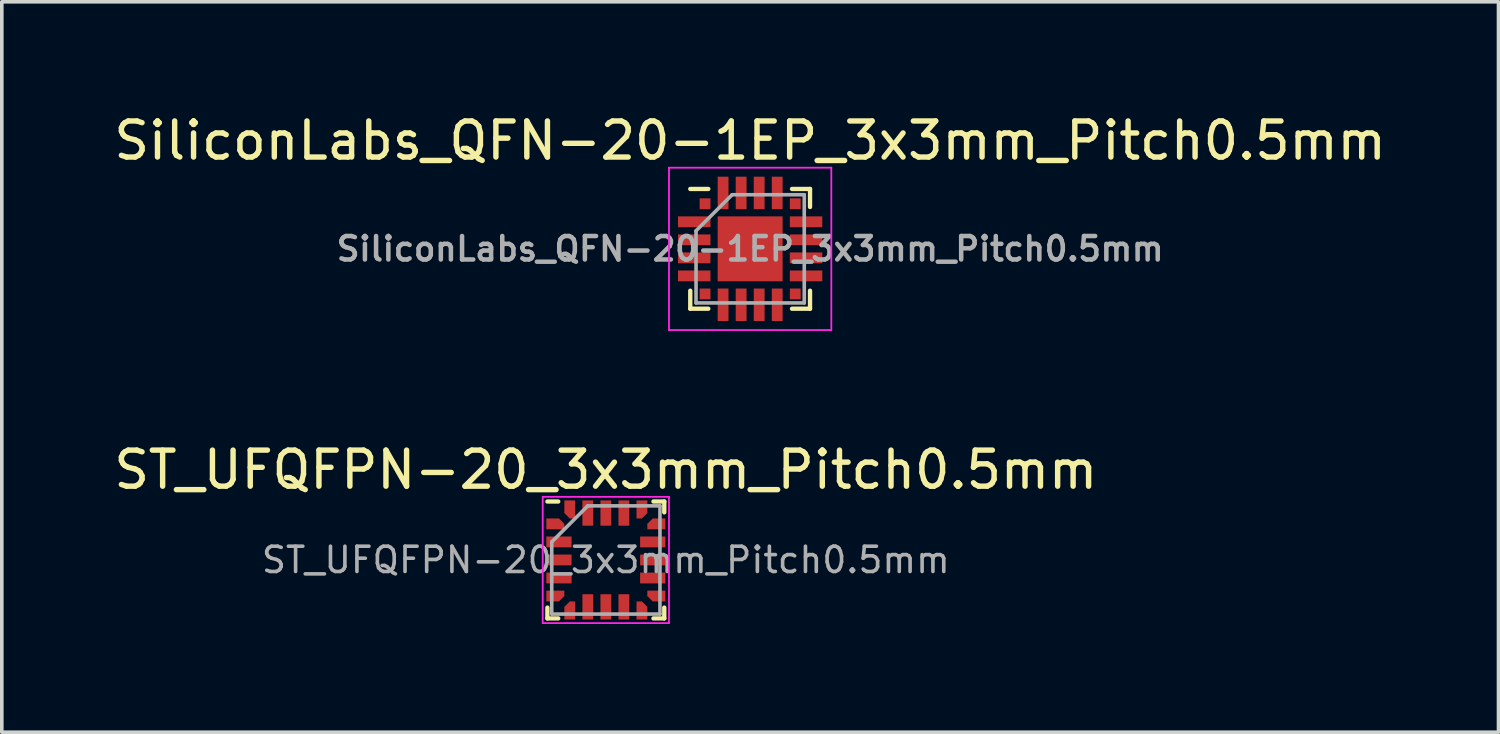
<source format=kicad_pcb>
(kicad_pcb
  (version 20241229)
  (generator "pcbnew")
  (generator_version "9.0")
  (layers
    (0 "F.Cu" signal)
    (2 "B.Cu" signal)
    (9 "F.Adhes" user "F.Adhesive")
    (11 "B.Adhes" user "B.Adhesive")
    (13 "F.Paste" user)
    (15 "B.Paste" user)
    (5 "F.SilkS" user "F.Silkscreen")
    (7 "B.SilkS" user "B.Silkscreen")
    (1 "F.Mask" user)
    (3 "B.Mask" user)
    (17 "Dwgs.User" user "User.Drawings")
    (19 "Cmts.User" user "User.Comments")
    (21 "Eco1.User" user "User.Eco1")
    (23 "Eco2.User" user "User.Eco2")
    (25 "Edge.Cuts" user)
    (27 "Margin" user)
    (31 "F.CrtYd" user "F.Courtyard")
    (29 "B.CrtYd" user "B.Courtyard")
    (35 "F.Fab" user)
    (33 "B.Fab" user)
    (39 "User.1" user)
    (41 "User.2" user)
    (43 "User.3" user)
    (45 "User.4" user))
  (footprint "SiliconLabs_QFN-20-1EP_3x3mm_Pitch0.5mm"
    (layer "F.Cu")
    (at 17.744 3.848)
    (property "Reference" "SiliconLabs_QFN-20-1EP_3x3mm_Pitch0.5mm" (at 0 -3 0) (layer "F.SilkS") (effects (font (size 1 1) (thickness 0.15))))
    (attr smd)
    (fp_line (start -1.66 -1.66) (end -1.16 -1.66) (stroke (width 0.12) (type solid)) (layer "F.SilkS"))
    (fp_line (start -1.66 1.66) (end -1.66 1.16) (stroke (width 0.12) (type solid)) (layer "F.SilkS"))
    (fp_line (start -1.16 1.66) (end -1.66 1.66) (stroke (width 0.12) (type solid)) (layer "F.SilkS"))
    (fp_line (start 1.16 -1.66) (end 1.66 -1.66) (stroke (width 0.12) (type solid)) (layer "F.SilkS"))
    (fp_line (start 1.16 1.66) (end 1.66 1.66) (stroke (width 0.12) (type solid)) (layer "F.SilkS"))
    (fp_line (start 1.66 -1.66) (end 1.66 -1.16) (stroke (width 0.12) (type solid)) (layer "F.SilkS"))
    (fp_line (start 1.66 1.66) (end 1.66 1.16) (stroke (width 0.12) (type solid)) (layer "F.SilkS"))
    (fp_line (start -2.25 -2.25) (end -2.25 2.25) (stroke (width 0.05) (type solid)) (layer "F.CrtYd"))
    (fp_line (start -2.25 2.25) (end 2.25 2.25) (stroke (width 0.05) (type solid)) (layer "F.CrtYd"))
    (fp_line (start 2.25 -2.25) (end -2.25 -2.25) (stroke (width 0.05) (type solid)) (layer "F.CrtYd"))
    (fp_line (start 2.25 2.25) (end 2.25 -2.25) (stroke (width 0.05) (type solid)) (layer "F.CrtYd"))
    (fp_line (start -1.5 -0.5) (end -0.5 -1.5) (stroke (width 0.1) (type solid)) (layer "F.Fab"))
    (fp_line (start -1.5 1.5) (end -1.5 -0.5) (stroke (width 0.1) (type solid)) (layer "F.Fab"))
    (fp_line (start -0.5 -1.5) (end 1.5 -1.5) (stroke (width 0.1) (type solid)) (layer "F.Fab"))
    (fp_line (start 1.5 -1.5) (end 1.5 1.5) (stroke (width 0.1) (type solid)) (layer "F.Fab"))
    (fp_line (start 1.5 1.5) (end -1.5 1.5) (stroke (width 0.1) (type solid)) (layer "F.Fab"))
    (fp_text user "${REFERENCE}" (at 0 0 0) (layer "F.Fab") (effects (font (size 0.65 0.65) (thickness 0.125))))
    (pad "" smd rect (at -0.45 -0.45) (size 0.54 0.54) (layers "F.Paste"))
    (pad "" smd rect (at -0.45 0.45) (size 0.54 0.54) (layers "F.Paste"))
    (pad "" smd rect (at 0.45 -0.45) (size 0.54 0.54) (layers "F.Paste"))
    (pad "" smd rect (at 0.45 0.45) (size 0.54 0.54) (layers "F.Paste"))
    (pad "1" smd rect (at -1.25 -1.25) (size 0.3 0.3) (layers "F.Cu" "F.Mask" "F.Paste"))
    (pad "2" smd rect (at -1.55 -0.75) (size 0.9 0.3) (layers "F.Cu" "F.Mask" "F.Paste"))
    (pad "3" smd rect (at -1.55 -0.25) (size 0.9 0.3) (layers "F.Cu" "F.Mask" "F.Paste"))
    (pad "4" smd rect (at -1.55 0.25) (size 0.9 0.3) (layers "F.Cu" "F.Mask" "F.Paste"))
    (pad "5" smd rect (at -1.55 0.75) (size 0.9 0.3) (layers "F.Cu" "F.Mask" "F.Paste"))
    (pad "6" smd rect (at -1.25 1.25) (size 0.3 0.3) (layers "F.Cu" "F.Mask" "F.Paste"))
    (pad "7" smd rect (at -0.75 1.55 90) (size 0.9 0.3) (layers "F.Cu" "F.Mask" "F.Paste"))
    (pad "8" smd rect (at -0.25 1.55 90) (size 0.9 0.3) (layers "F.Cu" "F.Mask" "F.Paste"))
    (pad "9" smd rect (at 0.25 1.55 90) (size 0.9 0.3) (layers "F.Cu" "F.Mask" "F.Paste"))
    (pad "10" smd rect (at 0.75 1.55 90) (size 0.9 0.3) (layers "F.Cu" "F.Mask" "F.Paste"))
    (pad "11" smd rect (at 1.25 1.25) (size 0.3 0.3) (layers "F.Cu" "F.Mask" "F.Paste"))
    (pad "12" smd rect (at 1.55 0.75) (size 0.9 0.3) (layers "F.Cu" "F.Mask" "F.Paste"))
    (pad "13" smd rect (at 1.55 0.25) (size 0.9 0.3) (layers "F.Cu" "F.Mask" "F.Paste"))
    (pad "14" smd rect (at 1.55 -0.25) (size 0.9 0.3) (layers "F.Cu" "F.Mask" "F.Paste"))
    (pad "15" smd rect (at 1.55 -0.75) (size 0.9 0.3) (layers "F.Cu" "F.Mask" "F.Paste"))
    (pad "16" smd rect (at 1.25 -1.25) (size 0.3 0.3) (layers "F.Cu" "F.Mask" "F.Paste"))
    (pad "17" smd rect (at 0.75 -1.55 90) (size 0.9 0.3) (layers "F.Cu" "F.Mask" "F.Paste"))
    (pad "18" smd rect (at 0.25 -1.55 90) (size 0.9 0.3) (layers "F.Cu" "F.Mask" "F.Paste"))
    (pad "19" smd rect (at -0.25 -1.55 90) (size 0.9 0.3) (layers "F.Cu" "F.Mask" "F.Paste"))
    (pad "20" smd rect (at -0.75 -1.55 90) (size 0.9 0.3) (layers "F.Cu" "F.Mask" "F.Paste"))
    (pad "21" smd rect (at 0 0) (size 1.8 1.8) (layers "F.Cu" "F.Mask")))
  (footprint "ST_UFQFPN-20_3x3mm_Pitch0.5mm"
    (layer "F.Cu")
    (at 13.744 12.472)
    (property "Reference" "ST_UFQFPN-20_3x3mm_Pitch0.5mm" (at 0 -2.5 0) (layer "F.SilkS") (effects (font (size 1 1) (thickness 0.15))))
    (attr smd)
    (fp_line (start -1.62 -1.62) (end -1.32 -1.62) (stroke (width 0.12) (type solid)) (layer "F.SilkS"))
    (fp_line (start -1.62 1.62) (end -1.62 1.32) (stroke (width 0.12) (type solid)) (layer "F.SilkS"))
    (fp_line (start -1.62 1.62) (end -1.32 1.62) (stroke (width 0.12) (type solid)) (layer "F.SilkS"))
    (fp_line (start 1.62 -1.62) (end 1.32 -1.62) (stroke (width 0.12) (type solid)) (layer "F.SilkS"))
    (fp_line (start 1.62 -1.62) (end 1.62 -1.32) (stroke (width 0.12) (type solid)) (layer "F.SilkS"))
    (fp_line (start 1.62 1.62) (end 1.32 1.62) (stroke (width 0.12) (type solid)) (layer "F.SilkS"))
    (fp_line (start 1.62 1.62) (end 1.62 1.32) (stroke (width 0.12) (type solid)) (layer "F.SilkS"))
    (fp_line (start -1.75 -1.75) (end 1.75 -1.75) (stroke (width 0.05) (type solid)) (layer "F.CrtYd"))
    (fp_line (start -1.75 1.75) (end -1.75 -1.75) (stroke (width 0.05) (type solid)) (layer "F.CrtYd"))
    (fp_line (start 1.75 -1.75) (end 1.75 1.75) (stroke (width 0.05) (type solid)) (layer "F.CrtYd"))
    (fp_line (start 1.75 1.75) (end -1.75 1.75) (stroke (width 0.05) (type solid)) (layer "F.CrtYd"))
    (fp_line (start -1.5 -0.5) (end -0.5 -1.5) (stroke (width 0.1) (type solid)) (layer "F.Fab"))
    (fp_line (start -1.5 1.5) (end -1.5 -0.5) (stroke (width 0.1) (type solid)) (layer "F.Fab"))
    (fp_line (start -0.5 -1.5) (end 1.5 -1.5) (stroke (width 0.1) (type solid)) (layer "F.Fab"))
    (fp_line (start 1.5 -1.5) (end 1.5 1.5) (stroke (width 0.1) (type solid)) (layer "F.Fab"))
    (fp_line (start 1.5 1.5) (end -1.5 1.5) (stroke (width 0.1) (type solid)) (layer "F.Fab"))
    (fp_text user "${REFERENCE}" (at 0 0 0) (layer "F.Fab") (effects (font (size 0.7 0.7) (thickness 0.1))))
    (pad "" smd rect (at -0.9 -0.9) (size 0.1 0.1) (layers "F.Mask"))
    (pad "" smd rect (at -0.9 0.9) (size 0.1 0.1) (layers "F.Mask"))
    (pad "" smd rect (at 0.9 -0.9) (size 0.1 0.1) (layers "F.Mask"))
    (pad "" smd rect (at 0.9 0.9) (size 0.1 0.1) (layers "F.Mask"))
    (pad "1" smd rect (at -1.475 -1) (size 0.35 0.3) (layers "F.Cu" "F.Mask" "F.Paste"))
    (pad "1" smd rect (at -1.3 -1 45) (size 0.212 0.212) (layers "F.Cu" "F.Mask" "F.Paste"))
    (pad "1" smd rect (at -1.225 -0.925) (size 0.15 0.15) (layers "F.Cu" "F.Mask" "F.Paste"))
    (pad "2" smd rect (at -1.3 -0.5) (size 0.7 0.3) (layers "F.Cu" "F.Mask" "F.Paste"))
    (pad "3" smd rect (at -1.3 0) (size 0.7 0.3) (layers "F.Cu" "F.Mask" "F.Paste"))
    (pad "4" smd rect (at -1.3 0.5) (size 0.7 0.3) (layers "F.Cu" "F.Mask" "F.Paste"))
    (pad "5" smd rect (at -1.475 1) (size 0.35 0.3) (layers "F.Cu" "F.Mask" "F.Paste"))
    (pad "5" smd rect (at -1.3 1 45) (size 0.212 0.212) (layers "F.Cu" "F.Mask" "F.Paste"))
    (pad "5" smd rect (at -1.225 0.925) (size 0.15 0.15) (layers "F.Cu" "F.Mask" "F.Paste"))
    (pad "6" smd rect (at -1 1.3 45) (size 0.212 0.212) (layers "F.Cu" "F.Mask" "F.Paste"))
    (pad "6" smd rect (at -1 1.475) (size 0.3 0.35) (layers "F.Cu" "F.Mask" "F.Paste"))
    (pad "6" smd rect (at -0.925 1.225) (size 0.15 0.15) (layers "F.Cu" "F.Mask" "F.Paste"))
    (pad "7" smd rect (at -0.5 1.3) (size 0.3 0.7) (layers "F.Cu" "F.Mask" "F.Paste"))
    (pad "8" smd rect (at 0 1.3) (size 0.3 0.7) (layers "F.Cu" "F.Mask" "F.Paste"))
    (pad "9" smd rect (at 0.5 1.3) (size 0.3 0.7) (layers "F.Cu" "F.Mask" "F.Paste"))
    (pad "10" smd rect (at 0.925 1.225) (size 0.15 0.15) (layers "F.Cu" "F.Mask" "F.Paste"))
    (pad "10" smd rect (at 1 1.3 45) (size 0.212 0.212) (layers "F.Cu" "F.Mask" "F.Paste"))
    (pad "10" smd rect (at 1 1.475) (size 0.3 0.35) (layers "F.Cu" "F.Mask" "F.Paste"))
    (pad "11" smd rect (at 1.225 0.925) (size 0.15 0.15) (layers "F.Cu" "F.Mask" "F.Paste"))
    (pad "11" smd rect (at 1.3 1 45) (size 0.212 0.212) (layers "F.Cu" "F.Mask" "F.Paste"))
    (pad "11" smd rect (at 1.475 1) (size 0.35 0.3) (layers "F.Cu" "F.Mask" "F.Paste"))
    (pad "12" smd rect (at 1.3 0.5) (size 0.7 0.3) (layers "F.Cu" "F.Mask" "F.Paste"))
    (pad "13" smd rect (at 1.3 0) (size 0.7 0.3) (layers "F.Cu" "F.Mask" "F.Paste"))
    (pad "14" smd rect (at 1.3 -0.5) (size 0.7 0.3) (layers "F.Cu" "F.Mask" "F.Paste"))
    (pad "15" smd rect (at 1.225 -0.925) (size 0.15 0.15) (layers "F.Cu" "F.Mask" "F.Paste"))
    (pad "15" smd rect (at 1.3 -1 45) (size 0.212 0.212) (layers "F.Cu" "F.Mask" "F.Paste"))
    (pad "15" smd rect (at 1.475 -1) (size 0.35 0.3) (layers "F.Cu" "F.Mask" "F.Paste"))
    (pad "16" smd rect (at 0.925 -1.225) (size 0.15 0.15) (layers "F.Cu" "F.Mask" "F.Paste"))
    (pad "16" smd rect (at 1 -1.475) (size 0.3 0.35) (layers "F.Cu" "F.Mask" "F.Paste"))
    (pad "16" smd rect (at 1 -1.3 45) (size 0.212 0.212) (layers "F.Cu" "F.Mask" "F.Paste"))
    (pad "17" smd rect (at 0.5 -1.3) (size 0.3 0.7) (layers "F.Cu" "F.Mask" "F.Paste"))
    (pad "18" smd rect (at 0 -1.3) (size 0.3 0.7) (layers "F.Cu" "F.Mask" "F.Paste"))
    (pad "19" smd rect (at -0.5 -1.3) (size 0.3 0.7) (layers "F.Cu" "F.Mask" "F.Paste"))
    (pad "20" smd rect (at -1 -1.475) (size 0.3 0.35) (layers "F.Cu" "F.Mask" "F.Paste"))
    (pad "20" smd rect (at -1 -1.3 45) (size 0.212 0.212) (layers "F.Cu" "F.Mask" "F.Paste"))
    (pad "20" smd rect (at -0.925 -1.225) (size 0.15 0.15) (layers "F.Cu" "F.Mask" "F.Paste")))
  (gr_rect
    (start -3 -3)
    (end 38.488 17.247)
    (stroke (width 0.1) (type default))
    (fill no)
    (layer "Edge.Cuts")))
</source>
